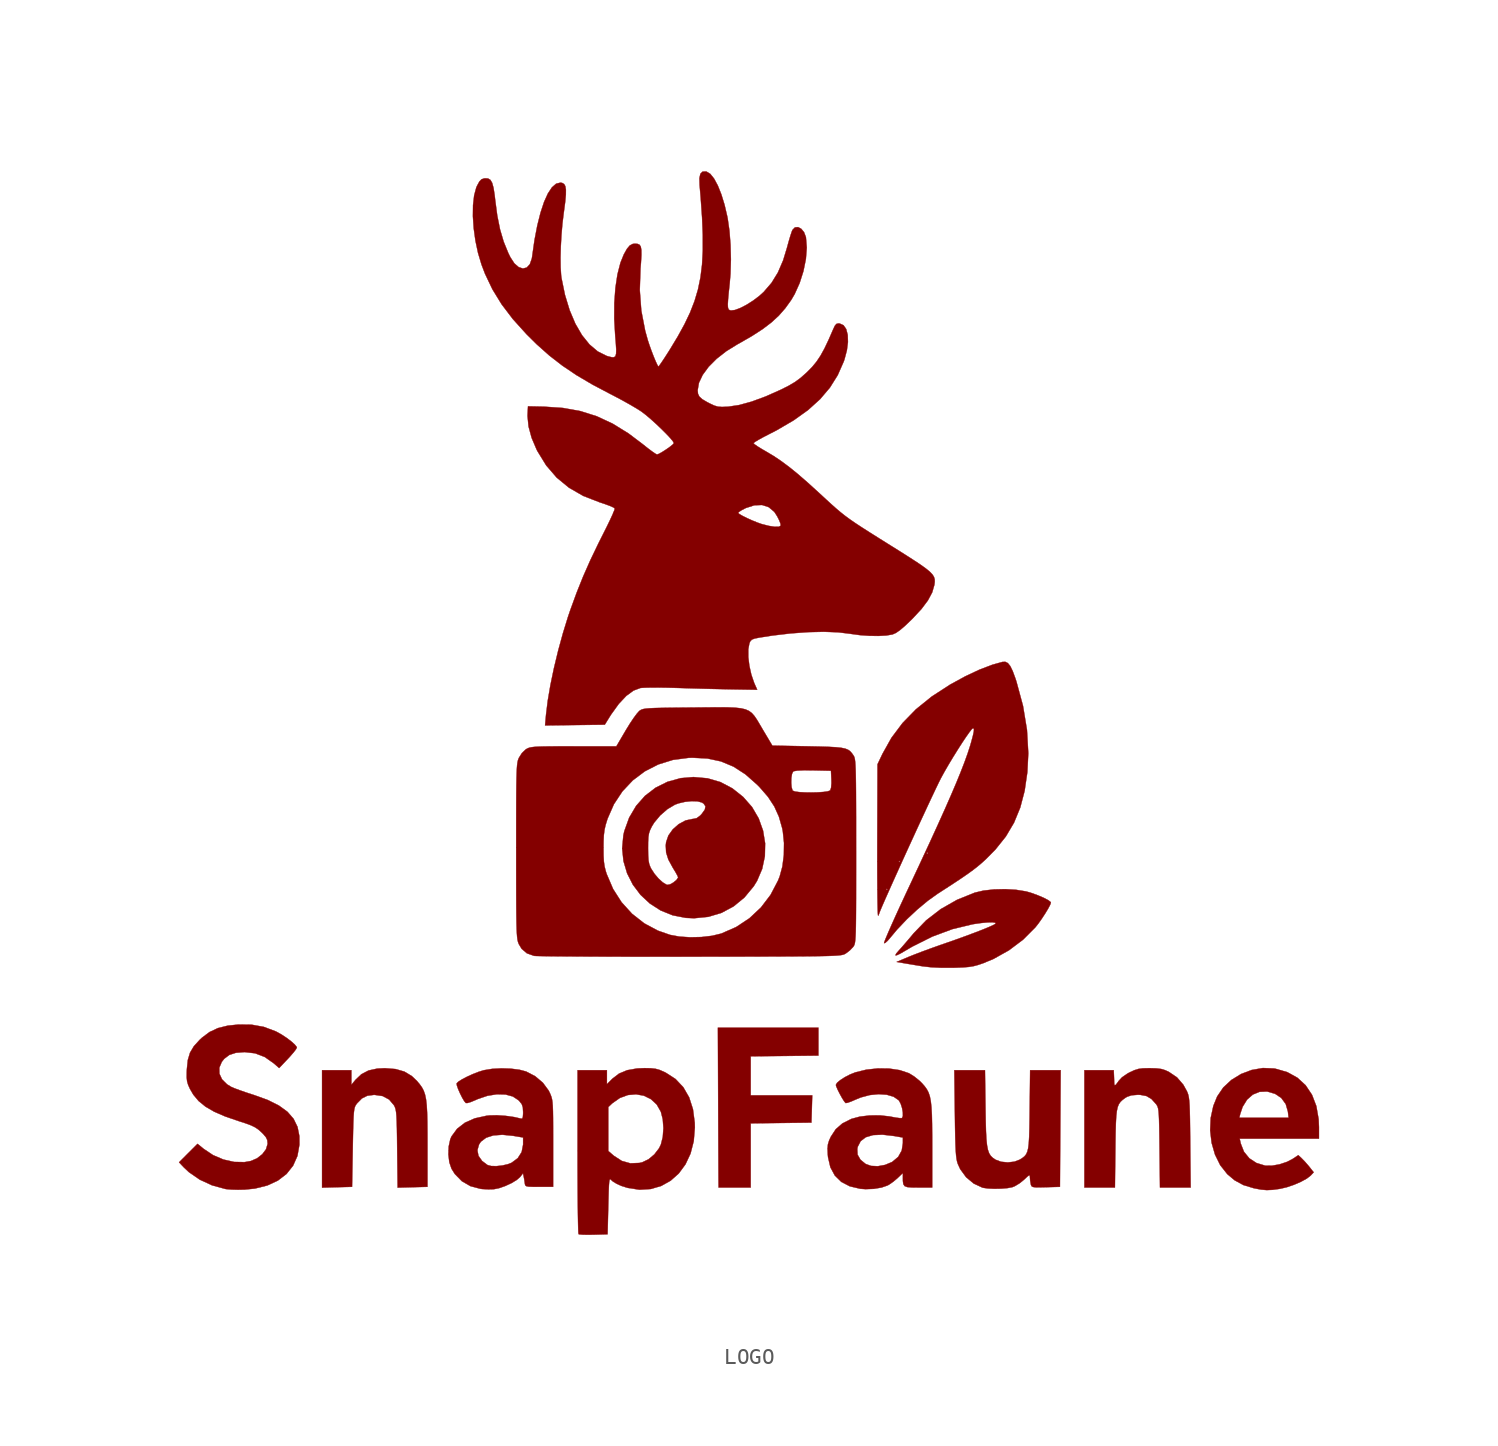
<source format=kicad_sym>
(kicad_symbol_lib
  (version 20220914)
  (generator "bitmap2component")
  (generator_version "9.0")
  (symbol "LOGO"
    (pin_names
      (offset 1.016))
    (property "Reference" "#G"
      (at 0 42.714 0)
      (effects (font (size 1.27 1.27)) hide))
    (symbol "LOGO_0_0"
      (polyline (pts (xy -8.852 -30.546) (xy -8.001 -30.522) (xy -7.959 -28.799) (xy -7.948 -28.378) (xy -7.935 -27.905) (xy -7.921 -27.568) (xy -7.904 -27.348) (xy -7.882 -27.226) (xy -7.851 -27.182) (xy -7.811 -27.197) (xy -7.757 -27.252) (xy -7.674 -27.324) (xy -7.442 -27.464) (xy -7.164 -27.588) (xy -6.787 -27.707) (xy -6.067 -27.819) (xy -5.384 -27.777) (xy -4.75 -27.592) (xy -4.18 -27.274) (xy -3.684 -26.834) (xy -3.277 -26.28) (xy -2.97 -25.625) (xy -2.777 -24.876) (xy -2.709 -24.045) (xy -2.716 -23.759) (xy -2.823 -22.94) (xy -3.055 -22.219) (xy -3.409 -21.605) (xy -3.882 -21.105) (xy -4.468 -20.726) (xy -4.553 -20.684) (xy -4.84 -20.558) (xy -5.091 -20.487) (xy -5.373 -20.455) (xy -5.755 -20.447) (xy -6.21 -20.466) (xy -6.814 -20.572) (xy -7.309 -20.779) (xy -7.715 -21.092) (xy -8.043 -21.421) (xy -8.043 -20.997) (xy -8.043 -20.574) (xy -8.932 -20.574) (xy -9.821 -20.574) (xy -9.821 -25.471) (xy -7.959 -25.471) (xy -7.959 -24.139) (xy -7.959 -22.807) (xy -7.726 -22.589) (xy -7.705 -22.57) (xy -7.255 -22.255) (xy -6.769 -22.077) (xy -6.276 -22.033) (xy -5.801 -22.118) (xy -5.374 -22.327) (xy -5.02 -22.654) (xy -4.768 -23.097) (xy -4.654 -23.552) (xy -4.615 -24.085) (xy -4.653 -24.619) (xy -4.768 -25.077) (xy -4.879 -25.305) (xy -5.164 -25.677) (xy -5.521 -25.976) (xy -5.899 -26.156) (xy -6.074 -26.197) (xy -6.621 -26.219) (xy -7.136 -26.075) (xy -7.612 -25.768) (xy -7.959 -25.471) (xy -9.821 -25.471) (xy -9.821 -25.513) (xy -9.821 -26.291) (xy -9.818 -27.147) (xy -9.814 -27.94) (xy -9.808 -28.653) (xy -9.801 -29.273) (xy -9.792 -29.784) (xy -9.783 -30.17) (xy -9.773 -30.418) (xy -9.762 -30.511) (xy -9.71 -30.527) (xy -9.515 -30.544) (xy -9.216 -30.551) (xy -8.852 -30.546)) (stroke (width 0.01) (type default)) (fill (type outline)))
      (polyline (pts (xy -30.014 -27.812) (xy -29.387 -27.749) (xy -28.634 -27.562) (xy -27.992 -27.264) (xy -27.469 -26.862) (xy -27.072 -26.362) (xy -26.809 -25.77) (xy -26.689 -25.093) (xy -26.692 -24.567) (xy -26.804 -24.009) (xy -27.042 -23.521) (xy -27.415 -23.093) (xy -27.93 -22.718) (xy -28.596 -22.384) (xy -29.422 -22.084) (xy -29.488 -22.063) (xy -29.921 -21.922) (xy -30.314 -21.785) (xy -30.627 -21.669) (xy -30.819 -21.587) (xy -31.081 -21.426) (xy -31.383 -21.125) (xy -31.541 -20.784) (xy -31.548 -20.424) (xy -31.396 -20.066) (xy -31.247 -19.878) (xy -30.938 -19.645) (xy -30.537 -19.515) (xy -30.014 -19.474) (xy -29.375 -19.547) (xy -28.788 -19.772) (xy -28.241 -20.158) (xy -27.918 -20.441) (xy -27.379 -19.872) (xy -27.256 -19.739) (xy -27.043 -19.493) (xy -26.897 -19.302) (xy -26.843 -19.197) (xy -26.856 -19.159) (xy -26.974 -19.012) (xy -27.19 -18.82) (xy -27.468 -18.61) (xy -27.772 -18.409) (xy -28.067 -18.245) (xy -28.142 -18.209) (xy -28.849 -17.945) (xy -29.584 -17.813) (xy -30.395 -17.804) (xy -31.036 -17.871) (xy -31.631 -18.019) (xy -32.139 -18.257) (xy -32.595 -18.599) (xy -32.733 -18.727) (xy -33.089 -19.118) (xy -33.322 -19.51) (xy -33.455 -19.955) (xy -33.513 -20.504) (xy -33.521 -20.697) (xy -33.524 -21.017) (xy -33.498 -21.254) (xy -33.435 -21.464) (xy -33.325 -21.707) (xy -33.123 -22.055) (xy -32.8 -22.442) (xy -32.382 -22.783) (xy -31.851 -23.091) (xy -31.187 -23.378) (xy -30.372 -23.657) (xy -29.952 -23.793) (xy -29.622 -23.915) (xy -29.38 -24.033) (xy -29.184 -24.165) (xy -28.996 -24.331) (xy -28.898 -24.427) (xy -28.722 -24.631) (xy -28.638 -24.808) (xy -28.617 -25.014) (xy -28.619 -25.051) (xy -28.714 -25.366) (xy -28.939 -25.666) (xy -29.258 -25.916) (xy -29.636 -26.079) (xy -30.017 -26.147) (xy -30.647 -26.135) (xy -31.295 -25.99) (xy -31.923 -25.723) (xy -32.493 -25.343) (xy -32.867 -25.037) (xy -33.428 -25.597) (xy -33.988 -26.158) (xy -33.695 -26.468) (xy -33.389 -26.755) (xy -32.734 -27.208) (xy -31.985 -27.554) (xy -31.177 -27.774) (xy -31.114 -27.783) (xy -30.805 -27.809) (xy -30.415 -27.82) (xy -30.014 -27.812)) (stroke (width 0.01) (type default)) (fill (type outline)))
      (polyline (pts (xy -14.901 -27.789) (xy -14.591 -27.728) (xy -14.211 -27.596) (xy -13.832 -27.421) (xy -13.51 -27.227) (xy -13.299 -27.04) (xy -13.13 -26.825) (xy -13.087 -27.023) (xy -13.058 -27.176) (xy -13.02 -27.432) (xy -13.014 -27.479) (xy -12.989 -27.559) (xy -12.922 -27.607) (xy -12.781 -27.633) (xy -12.534 -27.642) (xy -12.15 -27.644) (xy -11.303 -27.644) (xy -11.303 -25.019) (xy -11.303 -24.64) (xy -11.304 -23.979) (xy -11.307 -23.456) (xy -11.314 -23.051) (xy -11.325 -22.744) (xy -11.343 -22.514) (xy -11.369 -22.339) (xy -11.404 -22.2) (xy -11.449 -22.076) (xy -11.505 -21.947) (xy -11.578 -21.802) (xy -11.925 -21.332) (xy -12.392 -20.937) (xy -12.942 -20.651) (xy -13.345 -20.545) (xy -13.865 -20.479) (xy -14.435 -20.46) (xy -14.998 -20.49) (xy -15.494 -20.571) (xy -15.515 -20.576) (xy -15.825 -20.672) (xy -16.173 -20.808) (xy -16.519 -20.965) (xy -16.825 -21.125) (xy -17.05 -21.267) (xy -17.154 -21.372) (xy -17.142 -21.487) (xy -17.068 -21.704) (xy -16.952 -21.97) (xy -16.82 -22.235) (xy -16.693 -22.45) (xy -16.596 -22.563) (xy -16.499 -22.562) (xy -16.291 -22.5) (xy -16.026 -22.39) (xy -15.878 -22.323) (xy -15.286 -22.123) (xy -14.714 -22.031) (xy -14.192 -22.045) (xy -13.746 -22.166) (xy -13.404 -22.393) (xy -13.355 -22.443) (xy -13.206 -22.63) (xy -13.139 -22.827) (xy -13.123 -23.111) (xy -13.124 -23.228) (xy -13.14 -23.428) (xy -13.184 -23.508) (xy -13.271 -23.504) (xy -13.661 -23.414) (xy -14.183 -23.341) (xy -14.713 -23.305) (xy -15.166 -23.315) (xy -15.349 -23.336) (xy -16.056 -23.492) (xy -16.652 -23.756) (xy -17.125 -24.123) (xy -17.466 -24.588) (xy -17.541 -24.764) (xy -17.635 -25.198) (xy -17.644 -25.425) (xy -15.896 -25.425) (xy -15.796 -25.073) (xy -15.681 -24.903) (xy -15.366 -24.666) (xy -14.928 -24.526) (xy -14.379 -24.487) (xy -13.73 -24.551) (xy -13.123 -24.653) (xy -13.123 -25.056) (xy -13.124 -25.088) (xy -13.211 -25.535) (xy -13.447 -25.905) (xy -13.821 -26.184) (xy -14.037 -26.27) (xy -14.382 -26.35) (xy -14.743 -26.39) (xy -15.063 -26.382) (xy -15.282 -26.323) (xy -15.609 -26.078) (xy -15.831 -25.765) (xy -15.896 -25.425) (xy -17.644 -25.425) (xy -17.654 -25.684) (xy -17.598 -26.155) (xy -17.466 -26.544) (xy -17.263 -26.868) (xy -16.838 -27.302) (xy -16.313 -27.605) (xy -15.707 -27.765) (xy -15.595 -27.778) (xy -15.23 -27.797) (xy -14.901 -27.789)) (stroke (width 0.01) (type default)) (fill (type outline)))
      (polyline (pts (xy 8.143 -27.766) (xy 8.61 -27.688) (xy 8.978 -27.561) (xy 9.073 -27.507) (xy 9.337 -27.323) (xy 9.588 -27.109) (xy 9.906 -26.805) (xy 9.906 -27.111) (xy 9.908 -27.293) (xy 9.933 -27.482) (xy 10.01 -27.598) (xy 10.168 -27.659) (xy 10.437 -27.682) (xy 10.846 -27.686) (xy 11.684 -27.686) (xy 11.684 -25.161) (xy 11.683 -24.562) (xy 11.677 -23.85) (xy 11.664 -23.274) (xy 11.638 -22.813) (xy 11.598 -22.448) (xy 11.541 -22.158) (xy 11.462 -21.925) (xy 11.359 -21.728) (xy 11.229 -21.547) (xy 11.068 -21.363) (xy 10.914 -21.212) (xy 10.605 -20.962) (xy 10.31 -20.776) (xy 10.251 -20.747) (xy 9.712 -20.568) (xy 9.075 -20.473) (xy 8.384 -20.464) (xy 7.684 -20.541) (xy 7.018 -20.705) (xy 7.014 -20.707) (xy 6.694 -20.835) (xy 6.378 -21) (xy 6.106 -21.175) (xy 5.914 -21.338) (xy 5.842 -21.462) (xy 5.86 -21.538) (xy 5.943 -21.738) (xy 6.071 -21.992) (xy 6.214 -22.25) (xy 6.344 -22.458) (xy 6.434 -22.563) (xy 6.438 -22.565) (xy 6.554 -22.546) (xy 6.774 -22.468) (xy 7.053 -22.347) (xy 7.353 -22.224) (xy 7.897 -22.079) (xy 8.433 -22.024) (xy 8.926 -22.058) (xy 9.343 -22.18) (xy 9.649 -22.391) (xy 9.667 -22.412) (xy 9.774 -22.607) (xy 9.857 -22.866) (xy 9.904 -23.133) (xy 9.906 -23.355) (xy 9.852 -23.475) (xy 9.849 -23.476) (xy 9.725 -23.479) (xy 9.488 -23.449) (xy 9.186 -23.393) (xy 9.097 -23.375) (xy 8.511 -23.311) (xy 7.889 -23.316) (xy 7.296 -23.387) (xy 6.798 -23.52) (xy 6.779 -23.527) (xy 6.24 -23.798) (xy 5.834 -24.151) (xy 5.537 -24.606) (xy 5.433 -24.834) (xy 5.361 -25.07) (xy 5.338 -25.327) (xy 5.339 -25.344) (xy 7.14 -25.344) (xy 7.168 -25.215) (xy 7.345 -24.874) (xy 7.654 -24.637) (xy 8.095 -24.506) (xy 8.667 -24.481) (xy 9.37 -24.562) (xy 9.906 -24.655) (xy 9.906 -24.994) (xy 9.837 -25.444) (xy 9.62 -25.831) (xy 9.26 -26.131) (xy 9.24 -26.142) (xy 8.826 -26.315) (xy 8.387 -26.395) (xy 7.976 -26.376) (xy 7.646 -26.256) (xy 7.334 -26.001) (xy 7.158 -25.694) (xy 7.14 -25.344) (xy 5.339 -25.344) (xy 5.352 -25.677) (xy 5.368 -25.85) (xy 5.51 -26.461) (xy 5.779 -26.96) (xy 6.172 -27.345) (xy 6.688 -27.613) (xy 7.324 -27.762) (xy 7.644 -27.785) (xy 8.143 -27.766)) (stroke (width 0.01) (type default)) (fill (type outline)))
      (polyline (pts (xy 32.326 -27.826) (xy 32.766 -27.766) (xy 33.177 -27.671) (xy 33.619 -27.522) (xy 34.042 -27.339) (xy 34.397 -27.145) (xy 34.634 -26.961) (xy 34.819 -26.764) (xy 34.563 -26.442) (xy 34.495 -26.358) (xy 34.282 -26.114) (xy 34.095 -25.922) (xy 33.884 -25.725) (xy 33.537 -25.955) (xy 33.208 -26.127) (xy 32.751 -26.28) (xy 32.283 -26.363) (xy 31.877 -26.359) (xy 31.875 -26.359) (xy 31.349 -26.201) (xy 30.913 -25.914) (xy 30.589 -25.516) (xy 30.396 -25.024) (xy 30.328 -24.723) (xy 32.733 -24.723) (xy 35.137 -24.723) (xy 35.137 -24.021) (xy 35.116 -23.537) (xy 34.978 -22.748) (xy 34.715 -22.063) (xy 34.33 -21.487) (xy 33.829 -21.027) (xy 33.216 -20.69) (xy 32.496 -20.482) (xy 32.414 -20.468) (xy 31.735 -20.441) (xy 31.057 -20.558) (xy 30.41 -20.804) (xy 29.825 -21.164) (xy 29.332 -21.624) (xy 28.963 -22.168) (xy 28.732 -22.738) (xy 28.577 -23.453) (xy 30.307 -23.453) (xy 30.364 -23.22) (xy 30.508 -22.793) (xy 30.777 -22.357) (xy 31.126 -22.05) (xy 31.537 -21.883) (xy 31.994 -21.864) (xy 32.478 -22.005) (xy 32.853 -22.257) (xy 33.123 -22.626) (xy 33.254 -23.079) (xy 33.296 -23.453) (xy 31.802 -23.453) (xy 30.307 -23.453) (xy 28.577 -23.453) (xy 28.573 -23.47) (xy 28.54 -24.227) (xy 28.628 -24.977) (xy 28.833 -25.689) (xy 29.15 -26.331) (xy 29.576 -26.872) (xy 30.021 -27.247) (xy 30.554 -27.537) (xy 31.19 -27.729) (xy 31.214 -27.734) (xy 31.627 -27.812) (xy 31.972 -27.842) (xy 32.326 -27.826)) (stroke (width 0.01) (type default)) (fill (type outline)))
      (polyline (pts (xy 15.87 -27.753) (xy 16.253 -27.721) (xy 16.54 -27.667) (xy 16.694 -27.604) (xy 16.982 -27.431) (xy 17.248 -27.216) (xy 17.288 -27.178) (xy 17.472 -27.006) (xy 17.568 -26.941) (xy 17.605 -26.971) (xy 17.612 -27.087) (xy 17.623 -27.254) (xy 17.665 -27.498) (xy 17.674 -27.531) (xy 17.711 -27.607) (xy 17.787 -27.652) (xy 17.934 -27.674) (xy 18.186 -27.677) (xy 18.574 -27.668) (xy 19.431 -27.644) (xy 19.453 -24.109) (xy 19.475 -20.574) (xy 18.549 -20.574) (xy 17.622 -20.574) (xy 17.595 -22.97) (xy 17.59 -23.463) (xy 17.579 -24.109) (xy 17.564 -24.618) (xy 17.54 -25.01) (xy 17.504 -25.303) (xy 17.45 -25.519) (xy 17.376 -25.677) (xy 17.278 -25.796) (xy 17.151 -25.896) (xy 16.992 -25.996) (xy 16.669 -26.119) (xy 16.265 -26.164) (xy 15.86 -26.125) (xy 15.53 -26.002) (xy 15.513 -25.992) (xy 15.357 -25.885) (xy 15.232 -25.763) (xy 15.135 -25.607) (xy 15.062 -25.399) (xy 15.008 -25.117) (xy 14.97 -24.745) (xy 14.945 -24.261) (xy 14.928 -23.646) (xy 14.916 -22.881) (xy 14.885 -20.574) (xy 13.956 -20.574) (xy 13.026 -20.574) (xy 13.059 -23.22) (xy 13.059 -23.222) (xy 13.069 -23.986) (xy 13.081 -24.6) (xy 13.095 -25.085) (xy 13.112 -25.46) (xy 13.134 -25.745) (xy 13.162 -25.959) (xy 13.196 -26.124) (xy 13.239 -26.258) (xy 13.384 -26.573) (xy 13.741 -27.062) (xy 14.2 -27.445) (xy 14.731 -27.692) (xy 14.773 -27.703) (xy 15.068 -27.744) (xy 15.454 -27.761) (xy 15.87 -27.753)) (stroke (width 0.01) (type default)) (fill (type outline)))
      (polyline (pts (xy -24.405 -27.668) (xy -23.495 -27.644) (xy -23.453 -25.258) (xy -23.445 -24.823) (xy -23.432 -24.212) (xy -23.419 -23.739) (xy -23.404 -23.382) (xy -23.385 -23.122) (xy -23.36 -22.937) (xy -23.328 -22.809) (xy -23.287 -22.716) (xy -23.236 -22.638) (xy -23.189 -22.578) (xy -22.896 -22.281) (xy -22.571 -22.12) (xy -22.165 -22.068) (xy -22.132 -22.068) (xy -21.644 -22.139) (xy -21.252 -22.348) (xy -20.958 -22.694) (xy -20.935 -22.734) (xy -20.889 -22.834) (xy -20.852 -22.957) (xy -20.825 -23.123) (xy -20.804 -23.354) (xy -20.789 -23.669) (xy -20.777 -24.092) (xy -20.768 -24.641) (xy -20.76 -25.339) (xy -20.733 -27.692) (xy -19.828 -27.668) (xy -18.923 -27.644) (xy -18.923 -25.061) (xy -18.924 -24.399) (xy -18.93 -23.703) (xy -18.944 -23.14) (xy -18.97 -22.69) (xy -19.011 -22.333) (xy -19.071 -22.048) (xy -19.152 -21.815) (xy -19.258 -21.614) (xy -19.393 -21.425) (xy -19.559 -21.227) (xy -19.873 -20.927) (xy -20.323 -20.657) (xy -20.857 -20.503) (xy -21.505 -20.452) (xy -21.966 -20.474) (xy -22.495 -20.589) (xy -22.925 -20.811) (xy -23.284 -21.151) (xy -23.537 -21.459) (xy -23.537 -21.017) (xy -23.537 -20.574) (xy -24.426 -20.574) (xy -25.315 -20.574) (xy -25.315 -24.133) (xy -25.315 -27.692) (xy -24.405 -27.668)) (stroke (width 0.01) (type default)) (fill (type outline)))
      (polyline (pts (xy 0.677 -25.74) (xy 0.677 -23.795) (xy 2.519 -23.772) (xy 4.36 -23.749) (xy 4.385 -22.924) (xy 4.409 -22.098) (xy 2.543 -22.098) (xy 0.677 -22.098) (xy 0.677 -20.914) (xy 0.677 -19.73) (xy 2.731 -19.708) (xy 4.784 -19.685) (xy 4.784 -18.838) (xy 4.784 -17.992) (xy 1.736 -17.992) (xy -1.312 -17.992) (xy -1.294 -22.606) (xy -1.292 -23.074) (xy -1.289 -23.927) (xy -1.286 -24.726) (xy -1.283 -25.453) (xy -1.28 -26.093) (xy -1.278 -26.63) (xy -1.276 -27.046) (xy -1.274 -27.326) (xy -1.273 -27.453) (xy -1.27 -27.686) (xy -0.296 -27.686) (xy 0.677 -27.686) (xy 0.677 -25.74)) (stroke (width 0.01) (type default)) (fill (type outline)))
      (polyline (pts (xy 22.792 -25.337) (xy 22.795 -25.012) (xy 22.806 -24.329) (xy 22.821 -23.788) (xy 22.844 -23.367) (xy 22.88 -23.047) (xy 22.932 -22.808) (xy 23.004 -22.63) (xy 23.099 -22.493) (xy 23.223 -22.376) (xy 23.378 -22.26) (xy 23.5 -22.185) (xy 23.77 -22.094) (xy 24.136 -22.064) (xy 24.301 -22.067) (xy 24.675 -22.137) (xy 24.98 -22.318) (xy 25.268 -22.638) (xy 25.304 -22.691) (xy 25.348 -22.775) (xy 25.382 -22.887) (xy 25.408 -23.047) (xy 25.427 -23.276) (xy 25.441 -23.594) (xy 25.452 -24.02) (xy 25.461 -24.575) (xy 25.469 -25.279) (xy 25.496 -27.686) (xy 26.427 -27.686) (xy 27.358 -27.686) (xy 27.331 -24.956) (xy 27.33 -24.822) (xy 27.322 -24.09) (xy 27.314 -23.504) (xy 27.303 -23.046) (xy 27.29 -22.694) (xy 27.271 -22.429) (xy 27.247 -22.231) (xy 27.216 -22.081) (xy 27.177 -21.958) (xy 27.128 -21.844) (xy 26.91 -21.45) (xy 26.53 -21.009) (xy 26.045 -20.68) (xy 25.812 -20.571) (xy 25.571 -20.498) (xy 25.285 -20.462) (xy 24.892 -20.451) (xy 24.816 -20.451) (xy 24.455 -20.459) (xy 24.187 -20.495) (xy 23.945 -20.571) (xy 23.664 -20.701) (xy 23.527 -20.774) (xy 23.196 -21.001) (xy 22.987 -21.227) (xy 22.947 -21.289) (xy 22.816 -21.462) (xy 22.742 -21.484) (xy 22.72 -21.357) (xy 22.72 -21.341) (xy 22.716 -21.143) (xy 22.706 -20.892) (xy 22.691 -20.574) (xy 21.802 -20.574) (xy 20.913 -20.574) (xy 20.913 -24.13) (xy 20.913 -27.686) (xy 21.839 -27.686) (xy 22.765 -27.686) (xy 22.792 -25.337)) (stroke (width 0.01) (type default)) (fill (type outline)))
      (polyline (pts (xy 12.954 -14.359) (xy 13.131 -14.354) (xy 13.579 -14.336) (xy 13.921 -14.307) (xy 14.204 -14.26) (xy 14.476 -14.187) (xy 14.785 -14.081) (xy 15.402 -13.824) (xy 16.338 -13.301) (xy 17.195 -12.656) (xy 17.935 -11.915) (xy 18.119 -11.683) (xy 18.329 -11.387) (xy 18.534 -11.073) (xy 18.711 -10.78) (xy 18.834 -10.547) (xy 18.881 -10.411) (xy 18.865 -10.374) (xy 18.724 -10.263) (xy 18.457 -10.123) (xy 18.09 -9.966) (xy 17.647 -9.806) (xy 17.369 -9.729) (xy 16.776 -9.634) (xy 16.112 -9.594) (xy 15.434 -9.609) (xy 14.8 -9.68) (xy 14.266 -9.805) (xy 13.192 -10.239) (xy 12.201 -10.803) (xy 11.319 -11.483) (xy 10.561 -12.268) (xy 10.372 -12.495) (xy 10.091 -12.825) (xy 9.842 -13.113) (xy 9.661 -13.314) (xy 9.501 -13.5) (xy 9.451 -13.602) (xy 9.532 -13.604) (xy 9.744 -13.504) (xy 10.09 -13.303) (xy 10.475 -13.078) (xy 11.691 -12.469) (xy 12.91 -12.016) (xy 14.115 -11.726) (xy 14.212 -11.709) (xy 14.654 -11.646) (xy 15.034 -11.61) (xy 15.326 -11.603) (xy 15.503 -11.626) (xy 15.54 -11.678) (xy 15.535 -11.684) (xy 15.412 -11.759) (xy 15.148 -11.88) (xy 14.763 -12.039) (xy 14.274 -12.228) (xy 13.701 -12.442) (xy 13.06 -12.673) (xy 12.371 -12.914) (xy 12.153 -12.989) (xy 11.62 -13.179) (xy 11.097 -13.371) (xy 10.634 -13.548) (xy 10.28 -13.689) (xy 9.525 -14.007) (xy 9.948 -14.079) (xy 9.99 -14.086) (xy 10.303 -14.139) (xy 10.695 -14.204) (xy 11.091 -14.269) (xy 11.099 -14.271) (xy 11.622 -14.33) (xy 12.258 -14.36) (xy 12.954 -14.359)) (stroke (width 0.01) (type default)) (fill (type outline)))
      (polyline (pts (xy -3.006 -13.686) (xy -2.023 -13.685) (xy -0.69 -13.683) (xy 0.491 -13.681) (xy 1.528 -13.678) (xy 2.432 -13.675) (xy 3.211 -13.671) (xy 3.877 -13.667) (xy 4.437 -13.661) (xy 4.903 -13.654) (xy 5.284 -13.646) (xy 5.589 -13.636) (xy 5.828 -13.624) (xy 6.011 -13.61) (xy 6.148 -13.594) (xy 6.248 -13.576) (xy 6.321 -13.555) (xy 6.377 -13.531) (xy 6.426 -13.504) (xy 6.446 -13.492) (xy 6.692 -13.305) (xy 6.891 -13.096) (xy 6.925 -13.049) (xy 6.955 -12.993) (xy 6.982 -12.919) (xy 7.003 -12.813) (xy 7.021 -12.665) (xy 7.035 -12.46) (xy 7.047 -12.187) (xy 7.055 -11.832) (xy 7.061 -11.383) (xy 7.065 -10.828) (xy 7.068 -10.154) (xy 7.069 -9.349) (xy 7.07 -8.399) (xy 7.07 -7.293) (xy 7.069 -6.185) (xy 7.069 -5.229) (xy 7.066 -4.418) (xy 7.063 -3.739) (xy 7.058 -3.179) (xy 7.051 -2.727) (xy 7.042 -2.368) (xy 7.03 -2.092) (xy 7.016 -1.885) (xy 6.997 -1.734) (xy 6.976 -1.629) (xy 6.95 -1.555) (xy 6.92 -1.5) (xy 6.817 -1.351) (xy 6.71 -1.231) (xy 6.581 -1.139) (xy 6.407 -1.07) (xy 6.169 -1.021) (xy 5.846 -0.987) (xy 5.416 -0.963) (xy 4.859 -0.946) (xy 4.153 -0.931) (xy 1.99 -0.889) (xy 1.401 0.1) (xy 1.227 0.397) (xy 1.06 0.678) (xy 0.907 0.903) (xy 0.752 1.08) (xy 0.575 1.214) (xy 0.357 1.31) (xy 0.081 1.374) (xy -0.273 1.413) (xy -0.722 1.431) (xy -1.285 1.434) (xy -1.98 1.429) (xy -2.826 1.421) (xy -3.567 1.415) (xy -4.22 1.408) (xy -4.737 1.4) (xy -5.137 1.39) (xy -5.438 1.376) (xy -5.657 1.358) (xy -5.811 1.335) (xy -5.92 1.305) (xy -6 1.267) (xy -6.069 1.22) (xy -6.085 1.207) (xy -6.227 1.048) (xy -6.425 0.78) (xy -6.653 0.438) (xy -6.888 0.056) (xy -7.467 -0.931) (xy -10.062 -0.932) (xy -10.078 -0.932) (xy -10.81 -0.932) (xy -11.392 -0.935) (xy -11.844 -0.94) (xy -12.187 -0.95) (xy -12.439 -0.965) (xy -12.621 -0.987) (xy -12.751 -1.016) (xy -12.85 -1.054) (xy -12.938 -1.103) (xy -12.967 -1.121) (xy -13.198 -1.343) (xy -13.38 -1.632) (xy -13.413 -1.711) (xy -13.442 -1.801) (xy -13.466 -1.915) (xy -13.486 -2.067) (xy -13.502 -2.268) (xy -13.514 -2.534) (xy -13.524 -2.876) (xy -13.532 -3.308) (xy -13.537 -3.843) (xy -13.54 -4.495) (xy -13.542 -5.277) (xy -13.543 -6.201) (xy -13.543 -7.07) (xy -8.25 -7.07) (xy -8.246 -6.703) (xy -8.228 -6.315) (xy -8.188 -5.998) (xy -8.12 -5.698) (xy -8.015 -5.358) (xy -8 -5.313) (xy -7.616 -4.44) (xy -7.102 -3.663) (xy -6.472 -2.996) (xy -5.741 -2.447) (xy -4.924 -2.03) (xy -4.036 -1.754) (xy -3.09 -1.63) (xy -2.858 -1.623) (xy -1.948 -1.67) (xy -1.125 -1.846) (xy -0.365 -2.163) (xy 0.357 -2.629) (xy 0.938 -3.142) (xy 3.134 -3.142) (xy 3.142 -2.853) (xy 3.181 -2.606) (xy 3.25 -2.463) (xy 3.297 -2.439) (xy 3.52 -2.402) (xy 3.905 -2.385) (xy 4.457 -2.389) (xy 5.546 -2.413) (xy 5.571 -2.95) (xy 5.575 -3.164) (xy 5.552 -3.447) (xy 5.497 -3.606) (xy 5.492 -3.611) (xy 5.351 -3.662) (xy 5.087 -3.699) (xy 4.741 -3.723) (xy 4.355 -3.732) (xy 3.97 -3.727) (xy 3.627 -3.708) (xy 3.368 -3.674) (xy 3.234 -3.624) (xy 3.213 -3.596) (xy 3.157 -3.41) (xy 3.134 -3.142) (xy 0.938 -3.142) (xy 1.066 -3.255) (xy 1.22 -3.411) (xy 1.73 -4) (xy 2.111 -4.582) (xy 2.389 -5.199) (xy 2.587 -5.894) (xy 2.626 -6.094) (xy 2.698 -6.791) (xy 2.688 -7.52) (xy 2.599 -8.219) (xy 2.435 -8.826) (xy 2.336 -9.073) (xy 1.882 -9.939) (xy 1.297 -10.706) (xy 0.597 -11.361) (xy -0.207 -11.892) (xy -1.101 -12.284) (xy -1.121 -12.29) (xy -1.669 -12.422) (xy -2.313 -12.497) (xy -2.993 -12.513) (xy -3.647 -12.47) (xy -4.215 -12.365) (xy -4.953 -12.108) (xy -5.781 -11.664) (xy -6.518 -11.086) (xy -7.152 -10.388) (xy -7.668 -9.582) (xy -8.055 -8.678) (xy -8.111 -8.504) (xy -8.183 -8.218) (xy -8.226 -7.918) (xy -8.246 -7.552) (xy -8.25 -7.07) (xy -13.543 -7.07) (xy -13.543 -7.281) (xy -13.543 -8.287) (xy -13.542 -9.223) (xy -13.54 -10.015) (xy -13.537 -10.676) (xy -13.532 -11.22) (xy -13.525 -11.66) (xy -13.515 -12.009) (xy -13.502 -12.279) (xy -13.486 -12.485) (xy -13.467 -12.64) (xy -13.443 -12.756) (xy -13.415 -12.847) (xy -13.383 -12.926) (xy -13.211 -13.212) (xy -12.893 -13.484) (xy -12.46 -13.637) (xy -12.459 -13.638) (xy -12.329 -13.646) (xy -12.041 -13.653) (xy -11.607 -13.661) (xy -11.038 -13.667) (xy -10.346 -13.672) (xy -9.542 -13.677) (xy -8.638 -13.681) (xy -7.644 -13.684) (xy -6.572 -13.687) (xy -5.435 -13.688) (xy -4.242 -13.688) (xy -3.006 -13.686)) (stroke (width 0.01) (type default)) (fill (type outline)))
      (polyline (pts (xy 8.839 -12.851) (xy 8.983 -12.722) (xy 9.164 -12.51) (xy 9.555 -12.043) (xy 10.139 -11.427) (xy 10.776 -10.831) (xy 11.419 -10.296) (xy 12.023 -9.864) (xy 12.357 -9.649) (xy 12.958 -9.259) (xy 13.446 -8.935) (xy 13.843 -8.662) (xy 14.169 -8.425) (xy 14.447 -8.208) (xy 14.697 -7.997) (xy 14.94 -7.776) (xy 15.518 -7.191) (xy 16.15 -6.4) (xy 16.648 -5.558) (xy 17.024 -4.644) (xy 17.289 -3.633) (xy 17.454 -2.501) (xy 17.511 -1.354) (xy 17.431 0.065) (xy 17.192 1.517) (xy 16.793 2.991) (xy 16.729 3.186) (xy 16.566 3.63) (xy 16.418 3.933) (xy 16.273 4.114) (xy 16.117 4.192) (xy 15.937 4.185) (xy 15.332 4.015) (xy 14.548 3.716) (xy 13.686 3.311) (xy 12.767 2.809) (xy 11.656 2.088) (xy 10.698 1.314) (xy 9.886 0.481) (xy 9.212 -0.417) (xy 8.669 -1.388) (xy 8.368 -2.021) (xy 8.354 -6.633) (xy 8.353 -7.143) (xy 8.352 -7.916) (xy 9.652 -7.916) (xy 9.694 -7.874) (xy 9.737 -7.916) (xy 9.694 -7.959) (xy 9.652 -7.916) (xy 8.352 -7.916) (xy 8.352 -7.978) (xy 8.354 -8.749) (xy 8.358 -9.443) (xy 8.36 -9.61) (xy 8.89 -9.61) (xy 8.932 -9.567) (xy 8.975 -9.61) (xy 8.932 -9.652) (xy 8.89 -9.61) (xy 8.36 -9.61) (xy 8.364 -10.043) (xy 8.372 -10.534) (xy 8.381 -10.902) (xy 8.392 -11.131) (xy 8.403 -11.205) (xy 8.414 -11.197) (xy 8.467 -11.08) (xy 8.472 -11.057) (xy 8.532 -10.901) (xy 8.653 -10.616) (xy 8.826 -10.219) (xy 9.044 -9.728) (xy 9.297 -9.161) (xy 9.58 -8.534) (xy 9.882 -7.866) (xy 10.197 -7.174) (xy 10.517 -6.476) (xy 10.832 -5.788) (xy 11.137 -5.13) (xy 11.422 -4.517) (xy 11.679 -3.968) (xy 11.901 -3.501) (xy 12.079 -3.131) (xy 12.206 -2.879) (xy 12.229 -2.834) (xy 12.434 -2.461) (xy 12.677 -2.041) (xy 12.943 -1.599) (xy 13.216 -1.159) (xy 13.481 -0.745) (xy 13.723 -0.381) (xy 13.927 -0.091) (xy 14.075 0.1) (xy 14.155 0.169) (xy 14.179 0.166) (xy 14.215 0.112) (xy 14.209 -0.026) (xy 14.156 -0.274) (xy 14.054 -0.658) (xy 13.978 -0.92) (xy 13.83 -1.374) (xy 13.645 -1.89) (xy 13.418 -2.476) (xy 13.145 -3.144) (xy 12.821 -3.904) (xy 12.443 -4.764) (xy 12.005 -5.736) (xy 11.505 -6.83) (xy 11.236 -7.408) (xy 11.345 -7.408) (xy 11.388 -7.366) (xy 11.43 -7.408) (xy 11.388 -7.451) (xy 11.345 -7.408) (xy 11.236 -7.408) (xy 10.936 -8.054) (xy 10.296 -9.42) (xy 10.066 -9.91) (xy 9.753 -10.584) (xy 9.471 -11.201) (xy 9.226 -11.745) (xy 9.026 -12.2) (xy 8.878 -12.55) (xy 8.788 -12.779) (xy 8.764 -12.87) (xy 8.764 -12.871) (xy 8.839 -12.851)) (stroke (width 0.01) (type default)) (fill (type outline)))
      (polyline (pts (xy -9.981 0.358) (xy -8.17 0.381) (xy -7.916 0.793) (xy -7.786 1) (xy -7.321 1.644) (xy -6.868 2.127) (xy -6.43 2.449) (xy -6.01 2.605) (xy -5.973 2.61) (xy -5.735 2.625) (xy -5.368 2.633) (xy -4.904 2.634) (xy -4.374 2.626) (xy -3.81 2.611) (xy -3.238 2.593) (xy -2.504 2.572) (xy -1.755 2.552) (xy -1.053 2.536) (xy -0.459 2.524) (xy 1.073 2.498) (xy 0.912 2.86) (xy 0.886 2.92) (xy 0.716 3.417) (xy 0.596 3.953) (xy 0.532 4.479) (xy 0.531 4.949) (xy 0.598 5.314) (xy 0.654 5.443) (xy 0.749 5.54) (xy 0.919 5.605) (xy 1.212 5.663) (xy 1.996 5.785) (xy 3.093 5.915) (xy 4.142 5.992) (xy 5.114 6.015) (xy 5.983 5.982) (xy 6.721 5.892) (xy 6.748 5.887) (xy 7.298 5.812) (xy 7.873 5.771) (xy 8.425 5.763) (xy 8.907 5.79) (xy 9.271 5.852) (xy 9.288 5.857) (xy 9.487 5.946) (xy 9.729 6.114) (xy 10.035 6.375) (xy 10.428 6.75) (xy 10.493 6.814) (xy 11.032 7.394) (xy 11.426 7.919) (xy 11.684 8.403) (xy 11.816 8.861) (xy 11.817 8.868) (xy 11.838 9.041) (xy 11.834 9.195) (xy 11.791 9.341) (xy 11.696 9.492) (xy 11.536 9.659) (xy 11.297 9.854) (xy 10.967 10.09) (xy 10.532 10.378) (xy 9.98 10.731) (xy 9.296 11.161) (xy 9.145 11.255) (xy 8.455 11.687) (xy 7.885 12.046) (xy 7.415 12.347) (xy 7.024 12.604) (xy 6.694 12.832) (xy 6.404 13.045) (xy 6.135 13.258) (xy 5.866 13.485) (xy 5.578 13.741) (xy 5.251 14.04) (xy 4.865 14.397) (xy 4.818 14.44) (xy 4.131 15.064) (xy 3.533 15.583) (xy 3 16.015) (xy 2.507 16.38) (xy 2.031 16.697) (xy 1.547 16.984) (xy 1.371 17.085) (xy 1.101 17.251) (xy 0.916 17.38) (xy 0.847 17.451) (xy 0.848 17.454) (xy 0.933 17.525) (xy 1.14 17.651) (xy 1.438 17.815) (xy 1.799 18.001) (xy 2.266 18.242) (xy 3.29 18.841) (xy 4.16 19.464) (xy 4.887 20.121) (xy 5.482 20.822) (xy 5.956 21.579) (xy 6.319 22.401) (xy 6.365 22.534) (xy 6.51 23.08) (xy 6.574 23.582) (xy 6.56 24.018) (xy 6.47 24.366) (xy 6.307 24.603) (xy 6.073 24.707) (xy 5.996 24.713) (xy 5.875 24.683) (xy 5.778 24.567) (xy 5.666 24.326) (xy 5.408 23.733) (xy 5.152 23.194) (xy 4.912 22.758) (xy 4.669 22.395) (xy 4.404 22.073) (xy 4.098 21.763) (xy 4.032 21.7) (xy 3.691 21.4) (xy 3.361 21.158) (xy 2.986 20.936) (xy 2.508 20.695) (xy 1.589 20.286) (xy 0.733 19.971) (xy -0.029 19.762) (xy -0.683 19.665) (xy -0.727 19.662) (xy -1.065 19.648) (xy -1.309 19.667) (xy -1.527 19.73) (xy -1.786 19.85) (xy -1.966 19.943) (xy -2.259 20.116) (xy -2.434 20.273) (xy -2.518 20.444) (xy -2.54 20.658) (xy -2.462 21.111) (xy -2.234 21.593) (xy -1.872 22.085) (xy -1.389 22.569) (xy -0.802 23.029) (xy -0.124 23.448) (xy -0.018 23.505) (xy 0.757 23.951) (xy 1.399 24.367) (xy 1.933 24.772) (xy 2.383 25.187) (xy 2.774 25.633) (xy 3.13 26.128) (xy 3.344 26.492) (xy 3.646 27.163) (xy 3.876 27.886) (xy 4.024 28.616) (xy 4.078 29.311) (xy 4.028 29.925) (xy 4.022 29.956) (xy 3.912 30.245) (xy 3.744 30.45) (xy 3.55 30.553) (xy 3.361 30.536) (xy 3.21 30.382) (xy 3.163 30.267) (xy 3.079 30.011) (xy 2.977 29.666) (xy 2.87 29.275) (xy 2.644 28.535) (xy 2.328 27.801) (xy 1.941 27.173) (xy 1.465 26.62) (xy 1.207 26.386) (xy 0.83 26.1) (xy 0.433 25.848) (xy 0.052 25.65) (xy -0.277 25.527) (xy -0.518 25.498) (xy -0.529 25.5) (xy -0.614 25.524) (xy -0.672 25.58) (xy -0.704 25.691) (xy -0.712 25.879) (xy -0.695 26.168) (xy -0.657 26.579) (xy -0.597 27.135) (xy -0.548 27.727) (xy -0.524 28.592) (xy -0.546 29.479) (xy -0.611 30.327) (xy -0.718 31.073) (xy -0.745 31.208) (xy -0.91 31.914) (xy -1.104 32.542) (xy -1.318 33.076) (xy -1.544 33.495) (xy -1.774 33.782) (xy -1.999 33.919) (xy -2.023 33.925) (xy -2.238 33.92) (xy -2.373 33.788) (xy -2.432 33.52) (xy -2.421 33.105) (xy -2.355 32.328) (xy -2.271 31.138) (xy -2.227 30.081) (xy -2.226 29.136) (xy -2.272 28.283) (xy -2.369 27.501) (xy -2.52 26.769) (xy -2.729 26.066) (xy -2.999 25.372) (xy -3.336 24.666) (xy -3.741 23.928) (xy -4.22 23.135) (xy -4.317 22.981) (xy -4.54 22.633) (xy -4.726 22.353) (xy -4.858 22.166) (xy -4.918 22.098) (xy -4.923 22.1) (xy -4.983 22.194) (xy -5.081 22.406) (xy -5.203 22.698) (xy -5.333 23.035) (xy -5.457 23.38) (xy -5.561 23.694) (xy -5.721 24.27) (xy -5.956 25.489) (xy -6.049 26.734) (xy -6.005 28.043) (xy -5.975 28.422) (xy -5.95 28.861) (xy -5.953 29.169) (xy -5.989 29.369) (xy -6.063 29.484) (xy -6.181 29.536) (xy -6.347 29.549) (xy -6.476 29.534) (xy -6.655 29.44) (xy -6.827 29.235) (xy -7.018 28.894) (xy -7.221 28.393) (xy -7.402 27.69) (xy -7.526 26.87) (xy -7.592 25.96) (xy -7.597 24.981) (xy -7.538 23.959) (xy -7.501 23.518) (xy -7.477 23.13) (xy -7.484 22.872) (xy -7.527 22.723) (xy -7.614 22.66) (xy -7.751 22.663) (xy -7.946 22.71) (xy -8.058 22.744) (xy -8.596 23.013) (xy -9.096 23.435) (xy -9.551 23.999) (xy -9.956 24.696) (xy -10.302 25.513) (xy -10.585 26.44) (xy -10.796 27.466) (xy -10.818 27.629) (xy -10.849 28.109) (xy -10.856 28.701) (xy -10.839 29.365) (xy -10.8 30.062) (xy -10.741 30.754) (xy -10.662 31.401) (xy -10.648 31.499) (xy -10.572 32.077) (xy -10.532 32.512) (xy -10.529 32.825) (xy -10.564 33.036) (xy -10.637 33.164) (xy -10.75 33.231) (xy -10.858 33.251) (xy -11.121 33.186) (xy -11.376 32.963) (xy -11.622 32.59) (xy -11.854 32.075) (xy -12.068 31.427) (xy -12.263 30.653) (xy -12.434 29.761) (xy -12.577 28.759) (xy -12.596 28.643) (xy -12.716 28.301) (xy -12.904 28.1) (xy -13.137 28.042) (xy -13.394 28.127) (xy -13.655 28.354) (xy -13.897 28.726) (xy -14.022 28.98) (xy -14.303 29.67) (xy -14.523 30.415) (xy -14.691 31.251) (xy -14.818 32.216) (xy -14.851 32.503) (xy -14.919 32.938) (xy -15.001 33.236) (xy -15.108 33.417) (xy -15.25 33.502) (xy -15.436 33.512) (xy -15.493 33.505) (xy -15.649 33.45) (xy -15.774 33.319) (xy -15.912 33.068) (xy -15.964 32.952) (xy -16.092 32.477) (xy -16.16 31.886) (xy -16.168 31.21) (xy -16.119 30.48) (xy -16.015 29.729) (xy -15.857 28.986) (xy -15.647 28.285) (xy -15.436 27.73) (xy -14.986 26.783) (xy -14.429 25.876) (xy -13.748 24.979) (xy -12.922 24.064) (xy -12.297 23.445) (xy -11.538 22.769) (xy -10.745 22.154) (xy -9.885 21.575) (xy -8.925 21.009) (xy -7.833 20.433) (xy -7.602 20.314) (xy -7.114 20.055) (xy -6.647 19.794) (xy -6.245 19.558) (xy -5.952 19.371) (xy -5.937 19.36) (xy -5.685 19.167) (xy -5.384 18.912) (xy -5.06 18.619) (xy -4.739 18.314) (xy -4.444 18.02) (xy -4.203 17.763) (xy -4.04 17.566) (xy -3.979 17.455) (xy -3.979 17.454) (xy -4.049 17.37) (xy -4.219 17.233) (xy -4.445 17.073) (xy -4.681 16.922) (xy -4.882 16.808) (xy -5.004 16.764) (xy -5.101 16.813) (xy -5.3 16.949) (xy -5.57 17.152) (xy -5.884 17.401) (xy -6.736 18.044) (xy -7.693 18.635) (xy -8.656 19.083) (xy -9.652 19.397) (xy -10.709 19.587) (xy -11.853 19.665) (xy -12.827 19.685) (xy -12.852 19.205) (xy -12.855 19.094) (xy -12.794 18.465) (xy -12.607 17.775) (xy -12.303 17.061) (xy -12.258 16.972) (xy -11.724 16.103) (xy -11.088 15.364) (xy -10.341 14.75) (xy -9.477 14.253) (xy -8.488 13.868) (xy -8.185 13.768) (xy -7.873 13.653) (xy -7.654 13.557) (xy -7.563 13.495) (xy -7.562 13.491) (xy -7.596 13.374) (xy -7.658 13.224) (xy -0.085 13.224) (xy -0.041 13.277) (xy 0.12 13.384) (xy 0.36 13.507) (xy 0.386 13.52) (xy 0.899 13.685) (xy 1.365 13.703) (xy 1.769 13.572) (xy 2.097 13.297) (xy 2.146 13.234) (xy 2.288 13.009) (xy 2.41 12.767) (xy 2.488 12.561) (xy 2.496 12.443) (xy 2.38 12.386) (xy 2.13 12.382) (xy 1.779 12.436) (xy 1.355 12.544) (xy 1.343 12.547) (xy 1.071 12.643) (xy 0.759 12.77) (xy 0.449 12.91) (xy 0.179 13.045) (xy -0.012 13.156) (xy -0.085 13.224) (xy -7.658 13.224) (xy -7.695 13.135) (xy -7.85 12.798) (xy -8.048 12.388) (xy -8.278 11.929) (xy -8.554 11.381) (xy -9.049 10.351) (xy -9.481 9.372) (xy -9.877 8.385) (xy -10.262 7.331) (xy -10.399 6.929) (xy -10.709 5.925) (xy -10.997 4.874) (xy -11.253 3.814) (xy -11.467 2.787) (xy -11.63 1.833) (xy -11.733 0.993) (xy -11.792 0.335) (xy -9.981 0.358)) (stroke (width 0.01) (type default)) (fill (type outline)))
      (polyline (pts (xy -1.891 -11.271) (xy -1.089 -11.03) (xy -0.356 -10.637) (xy 0.298 -10.099) (xy 0.861 -9.419) (xy 1.063 -9.092) (xy 1.374 -8.365) (xy 1.536 -7.6) (xy 1.553 -6.818) (xy 1.427 -6.044) (xy 1.161 -5.301) (xy 0.758 -4.612) (xy 0.22 -4) (xy -0.429 -3.484) (xy -1.157 -3.099) (xy -1.942 -2.871) (xy -2.794 -2.796) (xy -3.569 -2.862) (xy -4.365 -3.082) (xy -5.091 -3.442) (xy -5.731 -3.933) (xy -6.27 -4.543) (xy -6.693 -5.259) (xy -6.986 -6.071) (xy -7.044 -6.326) (xy -7.116 -7.112) (xy -5.546 -7.112) (xy -5.543 -6.745) (xy -5.527 -6.436) (xy -5.49 -6.206) (xy -5.424 -6.009) (xy -5.32 -5.796) (xy -5.174 -5.557) (xy -4.808 -5.119) (xy -4.369 -4.738) (xy -3.915 -4.469) (xy -3.7 -4.39) (xy -3.307 -4.298) (xy -2.902 -4.256) (xy -2.544 -4.268) (xy -2.287 -4.337) (xy -2.176 -4.407) (xy -2.065 -4.567) (xy -2.103 -4.768) (xy -2.29 -5.029) (xy -2.384 -5.13) (xy -2.599 -5.289) (xy -2.824 -5.336) (xy -2.858 -5.337) (xy -3.278 -5.429) (xy -3.687 -5.65) (xy -4.045 -5.965) (xy -4.313 -6.34) (xy -4.451 -6.742) (xy -4.473 -6.939) (xy -4.451 -7.369) (xy -4.316 -7.797) (xy -4.057 -8.274) (xy -4.037 -8.307) (xy -3.879 -8.568) (xy -3.768 -8.77) (xy -3.725 -8.872) (xy -3.73 -8.899) (xy -3.827 -9.04) (xy -4.007 -9.188) (xy -4.21 -9.301) (xy -4.373 -9.334) (xy -4.433 -9.317) (xy -4.657 -9.182) (xy -4.911 -8.951) (xy -5.157 -8.662) (xy -5.356 -8.356) (xy -5.407 -8.255) (xy -5.478 -8.064) (xy -5.52 -7.841) (xy -5.54 -7.538) (xy -5.546 -7.112) (xy -7.116 -7.112) (xy -7.117 -7.119) (xy -7.037 -7.894) (xy -6.817 -8.633) (xy -6.469 -9.32) (xy -6.007 -9.935) (xy -5.442 -10.462) (xy -4.788 -10.883) (xy -4.056 -11.179) (xy -3.26 -11.334) (xy -2.751 -11.357) (xy -1.891 -11.271)) (stroke (width 0.01) (type default)) (fill (type outline))))))
</source>
